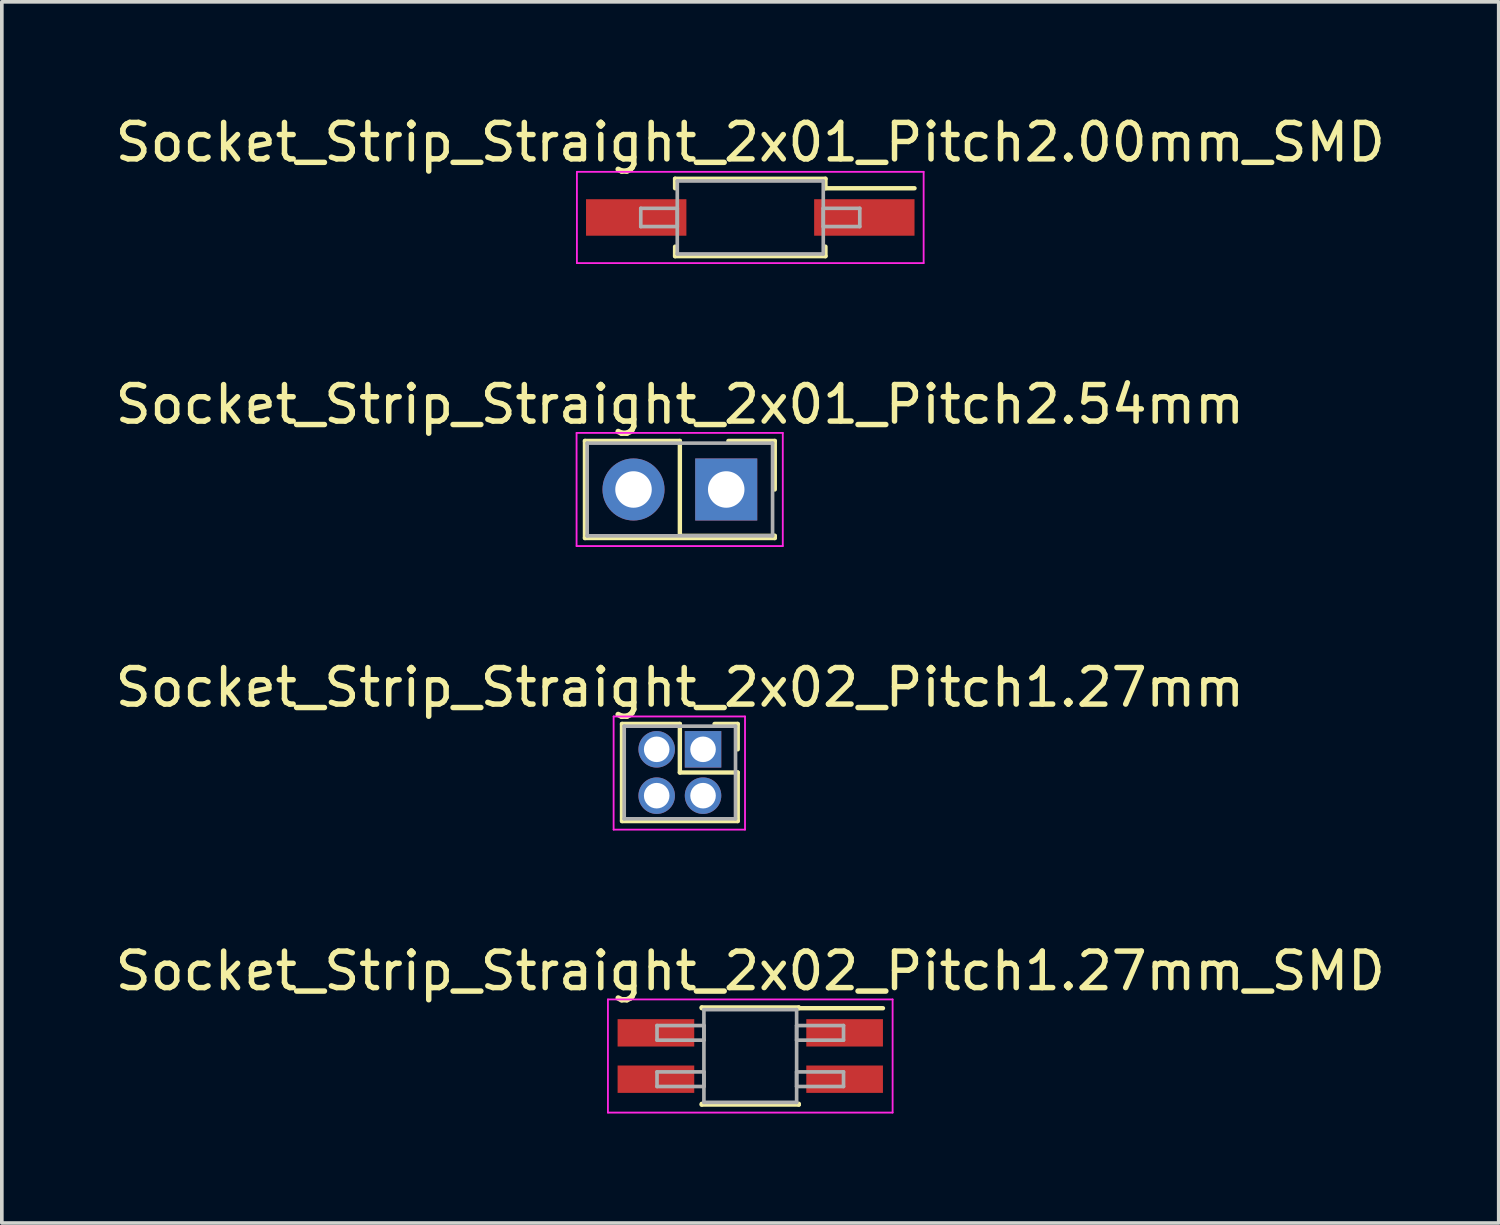
<source format=kicad_pcb>
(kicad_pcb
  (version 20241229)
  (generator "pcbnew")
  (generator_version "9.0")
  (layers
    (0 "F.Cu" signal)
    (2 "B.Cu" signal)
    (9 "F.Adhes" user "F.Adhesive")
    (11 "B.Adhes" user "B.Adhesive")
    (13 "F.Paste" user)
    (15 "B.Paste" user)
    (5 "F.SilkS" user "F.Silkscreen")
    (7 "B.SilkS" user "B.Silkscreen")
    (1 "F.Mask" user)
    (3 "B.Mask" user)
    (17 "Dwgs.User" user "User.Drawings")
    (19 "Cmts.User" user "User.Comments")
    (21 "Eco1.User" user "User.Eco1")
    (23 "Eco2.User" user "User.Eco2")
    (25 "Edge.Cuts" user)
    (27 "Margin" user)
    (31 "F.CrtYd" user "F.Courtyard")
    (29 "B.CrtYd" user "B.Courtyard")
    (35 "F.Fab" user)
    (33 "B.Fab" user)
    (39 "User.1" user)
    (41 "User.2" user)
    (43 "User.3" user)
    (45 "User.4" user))
  (footprint "Socket_Strip_Straight_2x02_Pitch1.27mm_SMD"
    (layer "F.Cu")
    (at 17.506 25.883)
    (property "Reference" "Socket_Strip_Straight_2x02_Pitch1.27mm_SMD" (at 0 -2.33 0) (layer "F.SilkS") (effects (font (size 1 1) (thickness 0.15))))
    (attr smd)
    (fp_line (start -1.33 -1.33) (end 1.33 -1.33) (stroke (width 0.12) (type solid)) (layer "F.SilkS"))
    (fp_line (start -1.33 -1.31) (end -1.33 -1.33) (stroke (width 0.12) (type solid)) (layer "F.SilkS"))
    (fp_line (start -1.33 1.31) (end -1.33 1.33) (stroke (width 0.12) (type solid)) (layer "F.SilkS"))
    (fp_line (start -1.33 1.33) (end 1.33 1.33) (stroke (width 0.12) (type solid)) (layer "F.SilkS"))
    (fp_line (start 1.33 -1.33) (end 1.33 -1.31) (stroke (width 0.12) (type solid)) (layer "F.SilkS"))
    (fp_line (start 1.33 1.33) (end 1.33 1.31) (stroke (width 0.12) (type solid)) (layer "F.SilkS"))
    (fp_line (start 3.635 -1.31) (end 1.33 -1.31) (stroke (width 0.12) (type solid)) (layer "F.SilkS"))
    (fp_line (start -3.9 -1.55) (end -3.9 1.55) (stroke (width 0.05) (type solid)) (layer "F.CrtYd"))
    (fp_line (start -3.9 1.55) (end 3.9 1.55) (stroke (width 0.05) (type solid)) (layer "F.CrtYd"))
    (fp_line (start 3.9 -1.55) (end -3.9 -1.55) (stroke (width 0.05) (type solid)) (layer "F.CrtYd"))
    (fp_line (start 3.9 1.55) (end 3.9 -1.55) (stroke (width 0.05) (type solid)) (layer "F.CrtYd"))
    (fp_line (start -2.555 -0.835) (end -1.27 -0.835) (stroke (width 0.1) (type solid)) (layer "F.Fab"))
    (fp_line (start -2.555 -0.435) (end -2.555 -0.835) (stroke (width 0.1) (type solid)) (layer "F.Fab"))
    (fp_line (start -2.555 0.435) (end -1.27 0.435) (stroke (width 0.1) (type solid)) (layer "F.Fab"))
    (fp_line (start -2.555 0.835) (end -2.555 0.435) (stroke (width 0.1) (type solid)) (layer "F.Fab"))
    (fp_line (start -1.27 -1.27) (end -1.27 1.27) (stroke (width 0.1) (type solid)) (layer "F.Fab"))
    (fp_line (start -1.27 -0.835) (end -1.27 -0.435) (stroke (width 0.1) (type solid)) (layer "F.Fab"))
    (fp_line (start -1.27 -0.435) (end -2.555 -0.435) (stroke (width 0.1) (type solid)) (layer "F.Fab"))
    (fp_line (start -1.27 0.435) (end -1.27 0.835) (stroke (width 0.1) (type solid)) (layer "F.Fab"))
    (fp_line (start -1.27 0.835) (end -2.555 0.835) (stroke (width 0.1) (type solid)) (layer "F.Fab"))
    (fp_line (start -1.27 1.27) (end 1.27 1.27) (stroke (width 0.1) (type solid)) (layer "F.Fab"))
    (fp_line (start 1.27 -1.27) (end -1.27 -1.27) (stroke (width 0.1) (type solid)) (layer "F.Fab"))
    (fp_line (start 1.27 -0.835) (end 1.27 -0.435) (stroke (width 0.1) (type solid)) (layer "F.Fab"))
    (fp_line (start 1.27 -0.435) (end 2.555 -0.435) (stroke (width 0.1) (type solid)) (layer "F.Fab"))
    (fp_line (start 1.27 0.435) (end 1.27 0.835) (stroke (width 0.1) (type solid)) (layer "F.Fab"))
    (fp_line (start 1.27 0.835) (end 2.555 0.835) (stroke (width 0.1) (type solid)) (layer "F.Fab"))
    (fp_line (start 1.27 1.27) (end 1.27 -1.27) (stroke (width 0.1) (type solid)) (layer "F.Fab"))
    (fp_line (start 2.555 -0.835) (end 1.27 -0.835) (stroke (width 0.1) (type solid)) (layer "F.Fab"))
    (fp_line (start 2.555 -0.435) (end 2.555 -0.835) (stroke (width 0.1) (type solid)) (layer "F.Fab"))
    (fp_line (start 2.555 0.435) (end 1.27 0.435) (stroke (width 0.1) (type solid)) (layer "F.Fab"))
    (fp_line (start 2.555 0.835) (end 2.555 0.435) (stroke (width 0.1) (type solid)) (layer "F.Fab"))
    (pad "1" smd rect (at 2.585 -0.635) (size 2.1 0.75) (layers "F.Cu" "F.Mask"))
    (pad "2" smd rect (at -2.585 -0.635) (size 2.1 0.75) (layers "F.Cu" "F.Mask"))
    (pad "3" smd rect (at 2.585 0.635) (size 2.1 0.75) (layers "F.Cu" "F.Mask"))
    (pad "4" smd rect (at -2.585 0.635) (size 2.1 0.75) (layers "F.Cu" "F.Mask")))
  (footprint "Socket_Strip_Straight_2x01_Pitch2.54mm"
    (layer "F.Cu")
    (at 16.847 10.361)
    (property "Reference" "Socket_Strip_Straight_2x01_Pitch2.54mm" (at -1.27 -2.33 0) (layer "F.SilkS") (effects (font (size 1 1) (thickness 0.15))))
    (attr through_hole)
    (fp_line (start -3.87 -1.33) (end -1.27 -1.33) (stroke (width 0.12) (type solid)) (layer "F.SilkS"))
    (fp_line (start -3.87 1.33) (end -3.87 -1.33) (stroke (width 0.12) (type solid)) (layer "F.SilkS"))
    (fp_line (start -1.27 -1.33) (end -1.27 1.27) (stroke (width 0.12) (type solid)) (layer "F.SilkS"))
    (fp_line (start -1.27 1.27) (end 1.33 1.27) (stroke (width 0.12) (type solid)) (layer "F.SilkS"))
    (fp_line (start 1.33 -1.33) (end 0.06 -1.33) (stroke (width 0.12) (type solid)) (layer "F.SilkS"))
    (fp_line (start 1.33 0) (end 1.33 -1.33) (stroke (width 0.12) (type solid)) (layer "F.SilkS"))
    (fp_line (start 1.33 1.27) (end 1.33 1.33) (stroke (width 0.12) (type solid)) (layer "F.SilkS"))
    (fp_line (start 1.33 1.33) (end -3.87 1.33) (stroke (width 0.12) (type solid)) (layer "F.SilkS"))
    (fp_line (start -4.1 -1.55) (end -4.1 1.55) (stroke (width 0.05) (type solid)) (layer "F.CrtYd"))
    (fp_line (start -4.1 1.55) (end 1.55 1.55) (stroke (width 0.05) (type solid)) (layer "F.CrtYd"))
    (fp_line (start 1.55 -1.55) (end -4.1 -1.55) (stroke (width 0.05) (type solid)) (layer "F.CrtYd"))
    (fp_line (start 1.55 1.55) (end 1.55 -1.55) (stroke (width 0.05) (type solid)) (layer "F.CrtYd"))
    (fp_line (start -3.81 -1.27) (end -3.81 1.27) (stroke (width 0.1) (type solid)) (layer "F.Fab"))
    (fp_line (start -3.81 1.27) (end 1.27 1.27) (stroke (width 0.1) (type solid)) (layer "F.Fab"))
    (fp_line (start 1.27 -1.27) (end -3.81 -1.27) (stroke (width 0.1) (type solid)) (layer "F.Fab"))
    (fp_line (start 1.27 1.27) (end 1.27 -1.27) (stroke (width 0.1) (type solid)) (layer "F.Fab"))
    (pad "1" thru_hole rect (at 0 0) (size 1.7 1.7) (drill 1) (layers "*.Cu" "*.Mask"))
    (pad "2" thru_hole oval (at -2.54 0) (size 1.7 1.7) (drill 1) (layers "*.Cu" "*.Mask")))
  (footprint "Socket_Strip_Straight_2x02_Pitch1.27mm"
    (layer "F.Cu")
    (at 16.212 17.48)
    (property "Reference" "Socket_Strip_Straight_2x02_Pitch1.27mm" (at -0.635 -1.695 0) (layer "F.SilkS") (effects (font (size 1 1) (thickness 0.15))))
    (attr through_hole)
    (fp_line (start -2.22 -0.695) (end -0.635 -0.695) (stroke (width 0.12) (type solid)) (layer "F.SilkS"))
    (fp_line (start -2.22 1.965) (end -2.22 -0.695) (stroke (width 0.12) (type solid)) (layer "F.SilkS"))
    (fp_line (start -0.635 -0.695) (end -0.635 0.635) (stroke (width 0.12) (type solid)) (layer "F.SilkS"))
    (fp_line (start -0.635 0.635) (end 0.95 0.635) (stroke (width 0.12) (type solid)) (layer "F.SilkS"))
    (fp_line (start 0.95 -0.695) (end 0.315 -0.695) (stroke (width 0.12) (type solid)) (layer "F.SilkS"))
    (fp_line (start 0.95 0) (end 0.95 -0.695) (stroke (width 0.12) (type solid)) (layer "F.SilkS"))
    (fp_line (start 0.95 0.635) (end 0.95 1.965) (stroke (width 0.12) (type solid)) (layer "F.SilkS"))
    (fp_line (start 0.95 1.965) (end -2.22 1.965) (stroke (width 0.12) (type solid)) (layer "F.SilkS"))
    (fp_line (start -2.45 -0.9) (end -2.45 2.2) (stroke (width 0.05) (type solid)) (layer "F.CrtYd"))
    (fp_line (start -2.45 2.2) (end 1.15 2.2) (stroke (width 0.05) (type solid)) (layer "F.CrtYd"))
    (fp_line (start 1.15 -0.9) (end -2.45 -0.9) (stroke (width 0.05) (type solid)) (layer "F.CrtYd"))
    (fp_line (start 1.15 2.2) (end 1.15 -0.9) (stroke (width 0.05) (type solid)) (layer "F.CrtYd"))
    (fp_line (start -2.16 -0.635) (end -2.16 1.905) (stroke (width 0.1) (type solid)) (layer "F.Fab"))
    (fp_line (start -2.16 1.905) (end 0.89 1.905) (stroke (width 0.1) (type solid)) (layer "F.Fab"))
    (fp_line (start 0.89 -0.635) (end -2.16 -0.635) (stroke (width 0.1) (type solid)) (layer "F.Fab"))
    (fp_line (start 0.89 1.905) (end 0.89 -0.635) (stroke (width 0.1) (type solid)) (layer "F.Fab"))
    (pad "1" thru_hole rect (at 0 0) (size 1 1) (drill 0.7) (layers "*.Cu" "*.Mask"))
    (pad "2" thru_hole oval (at -1.27 0) (size 1 1) (drill 0.7) (layers "*.Cu" "*.Mask"))
    (pad "3" thru_hole oval (at 0 1.27) (size 1 1) (drill 0.7) (layers "*.Cu" "*.Mask"))
    (pad "4" thru_hole oval (at -1.27 1.27) (size 1 1) (drill 0.7) (layers "*.Cu" "*.Mask")))
  (footprint "Socket_Strip_Straight_2x01_Pitch2.00mm_SMD"
    (layer "F.Cu")
    (at 17.506 2.908)
    (property "Reference" "Socket_Strip_Straight_2x01_Pitch2.00mm_SMD" (at 0 -2.06 0) (layer "F.SilkS") (effects (font (size 1 1) (thickness 0.15))))
    (attr smd)
    (fp_line (start -2.06 -1.06) (end 2.06 -1.06) (stroke (width 0.12) (type solid)) (layer "F.SilkS"))
    (fp_line (start -2.06 -0.8) (end -2.06 -1.06) (stroke (width 0.12) (type solid)) (layer "F.SilkS"))
    (fp_line (start -2.06 0.8) (end -2.06 1.06) (stroke (width 0.12) (type solid)) (layer "F.SilkS"))
    (fp_line (start -2.06 1.06) (end 2.06 1.06) (stroke (width 0.12) (type solid)) (layer "F.SilkS"))
    (fp_line (start 2.06 -1.06) (end 2.06 -0.8) (stroke (width 0.12) (type solid)) (layer "F.SilkS"))
    (fp_line (start 2.06 1.06) (end 2.06 0.8) (stroke (width 0.12) (type solid)) (layer "F.SilkS"))
    (fp_line (start 4.5 -0.8) (end 2.06 -0.8) (stroke (width 0.12) (type solid)) (layer "F.SilkS"))
    (fp_line (start -4.75 -1.25) (end -4.75 1.25) (stroke (width 0.05) (type solid)) (layer "F.CrtYd"))
    (fp_line (start -4.75 1.25) (end 4.75 1.25) (stroke (width 0.05) (type solid)) (layer "F.CrtYd"))
    (fp_line (start 4.75 -1.25) (end -4.75 -1.25) (stroke (width 0.05) (type solid)) (layer "F.CrtYd"))
    (fp_line (start 4.75 1.25) (end 4.75 -1.25) (stroke (width 0.05) (type solid)) (layer "F.CrtYd"))
    (fp_line (start -3 -0.25) (end -2 -0.25) (stroke (width 0.1) (type solid)) (layer "F.Fab"))
    (fp_line (start -3 0.25) (end -3 -0.25) (stroke (width 0.1) (type solid)) (layer "F.Fab"))
    (fp_line (start -2 -1) (end -2 1) (stroke (width 0.1) (type solid)) (layer "F.Fab"))
    (fp_line (start -2 -0.25) (end -2 0.25) (stroke (width 0.1) (type solid)) (layer "F.Fab"))
    (fp_line (start -2 0.25) (end -3 0.25) (stroke (width 0.1) (type solid)) (layer "F.Fab"))
    (fp_line (start -2 1) (end 2 1) (stroke (width 0.1) (type solid)) (layer "F.Fab"))
    (fp_line (start 2 -1) (end -2 -1) (stroke (width 0.1) (type solid)) (layer "F.Fab"))
    (fp_line (start 2 -0.25) (end 2 0.25) (stroke (width 0.1) (type solid)) (layer "F.Fab"))
    (fp_line (start 2 0.25) (end 3 0.25) (stroke (width 0.1) (type solid)) (layer "F.Fab"))
    (fp_line (start 2 1) (end 2 -1) (stroke (width 0.1) (type solid)) (layer "F.Fab"))
    (fp_line (start 3 -0.25) (end 2 -0.25) (stroke (width 0.1) (type solid)) (layer "F.Fab"))
    (fp_line (start 3 0.25) (end 3 -0.25) (stroke (width 0.1) (type solid)) (layer "F.Fab"))
    (pad "1" smd rect (at 3.125 0) (size 2.75 1) (layers "F.Cu" "F.Mask"))
    (pad "2" smd rect (at -3.125 0) (size 2.75 1) (layers "F.Cu" "F.Mask")))
  (gr_rect
    (start -3 -3)
    (end 38.012 30.458)
    (stroke (width 0.1) (type default))
    (fill no)
    (layer "Edge.Cuts")))
</source>
